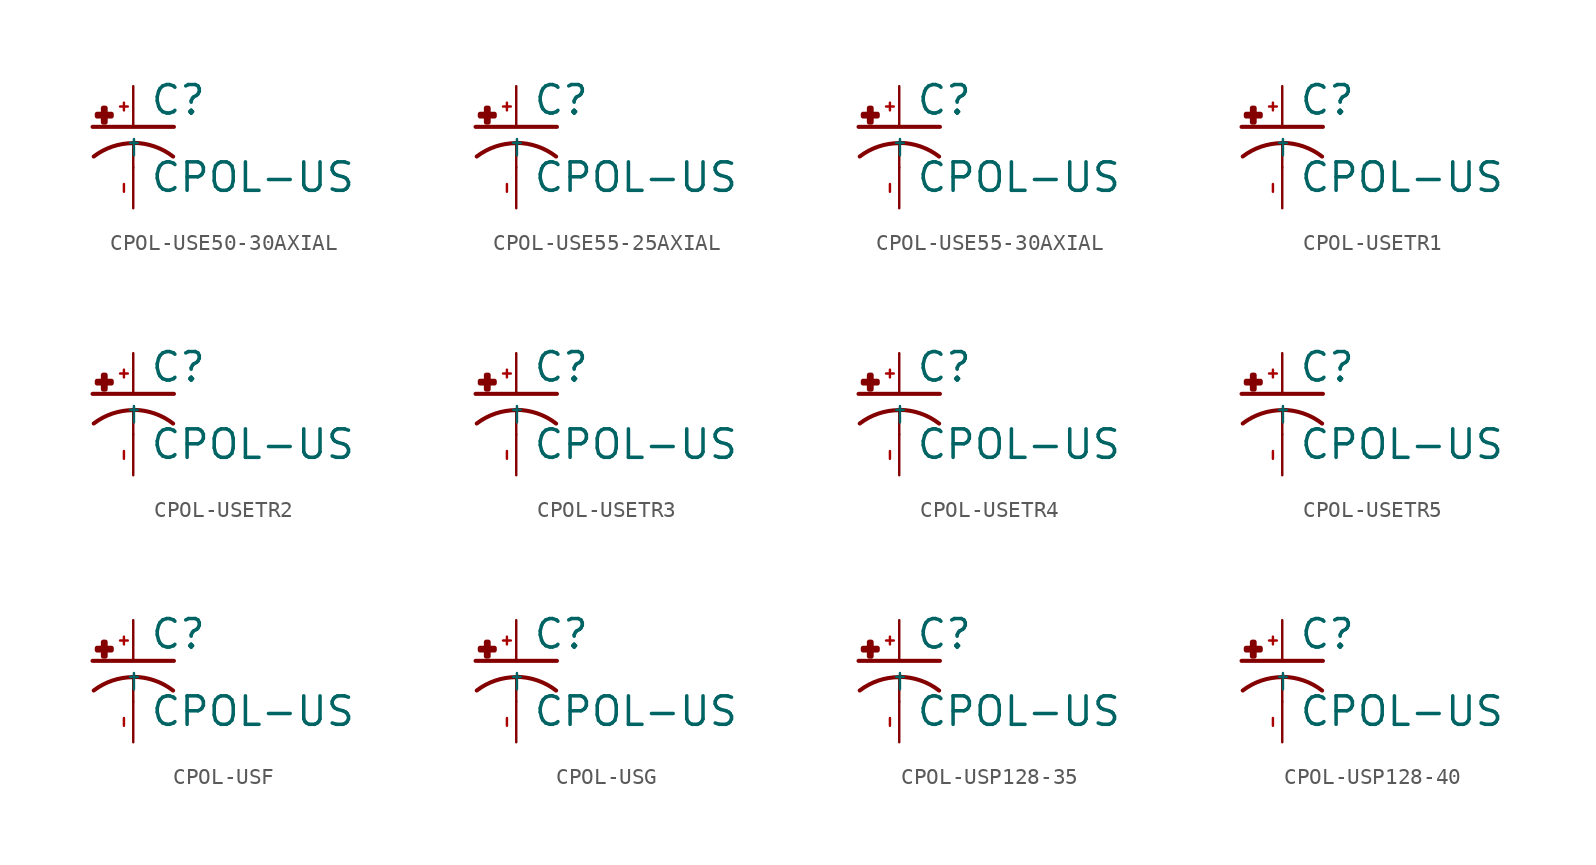
<source format=kicad_sym>
(kicad_symbol_lib
  (version 20220914)
  (generator Eagle2Kicad)
  (symbol "CPOL-USE50-30AXIAL"
    (property "Reference" "C"
      (at 1.016 0.635 0)
      (effects (font (size 1.778 1.778) (thickness 0.22)) (justify left bottom)))
    (property "Value" "CPOL-US"
      (at 1.016 -4.191 0)
      (effects (font (size 1.778 1.778) (thickness 0.22)) (justify left bottom)))
    (polyline
      (pts (xy -2.54 0) (xy 2.54 0))
      (stroke (width 0.254) (type default))
      (fill (type none)))
    (polyline
      (pts (xy 0 -1.016) (xy 0 -2.54))
      (stroke (width 0.152) (type default))
      (fill (type none)))
    (arc
      (start 2.4892 -1.8542)
      (mid 1.316 -1.220)
      (end 0 -1)
      (stroke (width 0.254) (type default))
      (fill (type none)))
    (arc
      (start 0 -1.0161)
      (mid -1.302 -1.230)
      (end -2.4669 -1.8504)
      (stroke (width 0.254) (type default))
      (fill (type none)))
    (rectangle
      (start -2.253 0.668)
      (end -1.364 0.795)
      (stroke (width 0.3) (type default))
      (fill (type outline)))
    (rectangle
      (start -1.872 0.287)
      (end -1.745 1.176)
      (stroke (width 0.3) (type default))
      (fill (type outline)))
    (pin passive line
      (at 0 2.54 270)
      (length 2.54)
      (name "+" (effects (font (size 0.635 0.635) (thickness 0.08)) (justify left bottom)))
      (number "+" (effects (font (size 0.635 0.635) (thickness 0.08)) (justify left bottom))))
    (pin passive line
      (at 0 -5.08 90)
      (length 2.54)
      (name "-" (effects (font (size 0.635 0.635) (thickness 0.08)) (justify left bottom)))
      (number "-" (effects (font (size 0.635 0.635) (thickness 0.08)) (justify left bottom)))))
  (symbol "CPOL-USE55-25AXIAL"
    (property "Reference" "C"
      (at 1.016 0.635 0)
      (effects (font (size 1.778 1.778) (thickness 0.22)) (justify left bottom)))
    (property "Value" "CPOL-US"
      (at 1.016 -4.191 0)
      (effects (font (size 1.778 1.778) (thickness 0.22)) (justify left bottom)))
    (polyline
      (pts (xy -2.54 0) (xy 2.54 0))
      (stroke (width 0.254) (type default))
      (fill (type none)))
    (polyline
      (pts (xy 0 -1.016) (xy 0 -2.54))
      (stroke (width 0.152) (type default))
      (fill (type none)))
    (arc
      (start 2.4892 -1.8542)
      (mid 1.316 -1.220)
      (end 0 -1)
      (stroke (width 0.254) (type default))
      (fill (type none)))
    (arc
      (start 0 -1.0161)
      (mid -1.302 -1.230)
      (end -2.4669 -1.8504)
      (stroke (width 0.254) (type default))
      (fill (type none)))
    (rectangle
      (start -2.253 0.668)
      (end -1.364 0.795)
      (stroke (width 0.3) (type default))
      (fill (type outline)))
    (rectangle
      (start -1.872 0.287)
      (end -1.745 1.176)
      (stroke (width 0.3) (type default))
      (fill (type outline)))
    (pin passive line
      (at 0 2.54 270)
      (length 2.54)
      (name "+" (effects (font (size 0.635 0.635) (thickness 0.08)) (justify left bottom)))
      (number "+" (effects (font (size 0.635 0.635) (thickness 0.08)) (justify left bottom))))
    (pin passive line
      (at 0 -5.08 90)
      (length 2.54)
      (name "-" (effects (font (size 0.635 0.635) (thickness 0.08)) (justify left bottom)))
      (number "-" (effects (font (size 0.635 0.635) (thickness 0.08)) (justify left bottom)))))
  (symbol "CPOL-USE55-30AXIAL"
    (property "Reference" "C"
      (at 1.016 0.635 0)
      (effects (font (size 1.778 1.778) (thickness 0.22)) (justify left bottom)))
    (property "Value" "CPOL-US"
      (at 1.016 -4.191 0)
      (effects (font (size 1.778 1.778) (thickness 0.22)) (justify left bottom)))
    (polyline
      (pts (xy -2.54 0) (xy 2.54 0))
      (stroke (width 0.254) (type default))
      (fill (type none)))
    (polyline
      (pts (xy 0 -1.016) (xy 0 -2.54))
      (stroke (width 0.152) (type default))
      (fill (type none)))
    (arc
      (start 2.4892 -1.8542)
      (mid 1.316 -1.220)
      (end 0 -1)
      (stroke (width 0.254) (type default))
      (fill (type none)))
    (arc
      (start 0 -1.0161)
      (mid -1.302 -1.230)
      (end -2.4669 -1.8504)
      (stroke (width 0.254) (type default))
      (fill (type none)))
    (rectangle
      (start -2.253 0.668)
      (end -1.364 0.795)
      (stroke (width 0.3) (type default))
      (fill (type outline)))
    (rectangle
      (start -1.872 0.287)
      (end -1.745 1.176)
      (stroke (width 0.3) (type default))
      (fill (type outline)))
    (pin passive line
      (at 0 2.54 270)
      (length 2.54)
      (name "+" (effects (font (size 0.635 0.635) (thickness 0.08)) (justify left bottom)))
      (number "+" (effects (font (size 0.635 0.635) (thickness 0.08)) (justify left bottom))))
    (pin passive line
      (at 0 -5.08 90)
      (length 2.54)
      (name "-" (effects (font (size 0.635 0.635) (thickness 0.08)) (justify left bottom)))
      (number "-" (effects (font (size 0.635 0.635) (thickness 0.08)) (justify left bottom)))))
  (symbol "CPOL-USETR1"
    (property "Reference" "C"
      (at 1.016 0.635 0)
      (effects (font (size 1.778 1.778) (thickness 0.22)) (justify left bottom)))
    (property "Value" "CPOL-US"
      (at 1.016 -4.191 0)
      (effects (font (size 1.778 1.778) (thickness 0.22)) (justify left bottom)))
    (polyline
      (pts (xy -2.54 0) (xy 2.54 0))
      (stroke (width 0.254) (type default))
      (fill (type none)))
    (polyline
      (pts (xy 0 -1.016) (xy 0 -2.54))
      (stroke (width 0.152) (type default))
      (fill (type none)))
    (arc
      (start 2.4892 -1.8542)
      (mid 1.316 -1.220)
      (end 0 -1)
      (stroke (width 0.254) (type default))
      (fill (type none)))
    (arc
      (start 0 -1.0161)
      (mid -1.302 -1.230)
      (end -2.4669 -1.8504)
      (stroke (width 0.254) (type default))
      (fill (type none)))
    (rectangle
      (start -2.253 0.668)
      (end -1.364 0.795)
      (stroke (width 0.3) (type default))
      (fill (type outline)))
    (rectangle
      (start -1.872 0.287)
      (end -1.745 1.176)
      (stroke (width 0.3) (type default))
      (fill (type outline)))
    (pin passive line
      (at 0 2.54 270)
      (length 2.54)
      (name "+" (effects (font (size 0.635 0.635) (thickness 0.08)) (justify left bottom)))
      (number "+" (effects (font (size 0.635 0.635) (thickness 0.08)) (justify left bottom))))
    (pin passive line
      (at 0 -5.08 90)
      (length 2.54)
      (name "-" (effects (font (size 0.635 0.635) (thickness 0.08)) (justify left bottom)))
      (number "-" (effects (font (size 0.635 0.635) (thickness 0.08)) (justify left bottom)))))
  (symbol "CPOL-USETR2"
    (property "Reference" "C"
      (at 1.016 0.635 0)
      (effects (font (size 1.778 1.778) (thickness 0.22)) (justify left bottom)))
    (property "Value" "CPOL-US"
      (at 1.016 -4.191 0)
      (effects (font (size 1.778 1.778) (thickness 0.22)) (justify left bottom)))
    (polyline
      (pts (xy -2.54 0) (xy 2.54 0))
      (stroke (width 0.254) (type default))
      (fill (type none)))
    (polyline
      (pts (xy 0 -1.016) (xy 0 -2.54))
      (stroke (width 0.152) (type default))
      (fill (type none)))
    (arc
      (start 2.4892 -1.8542)
      (mid 1.316 -1.220)
      (end 0 -1)
      (stroke (width 0.254) (type default))
      (fill (type none)))
    (arc
      (start 0 -1.0161)
      (mid -1.302 -1.230)
      (end -2.4669 -1.8504)
      (stroke (width 0.254) (type default))
      (fill (type none)))
    (rectangle
      (start -2.253 0.668)
      (end -1.364 0.795)
      (stroke (width 0.3) (type default))
      (fill (type outline)))
    (rectangle
      (start -1.872 0.287)
      (end -1.745 1.176)
      (stroke (width 0.3) (type default))
      (fill (type outline)))
    (pin passive line
      (at 0 2.54 270)
      (length 2.54)
      (name "+" (effects (font (size 0.635 0.635) (thickness 0.08)) (justify left bottom)))
      (number "+" (effects (font (size 0.635 0.635) (thickness 0.08)) (justify left bottom))))
    (pin passive line
      (at 0 -5.08 90)
      (length 2.54)
      (name "-" (effects (font (size 0.635 0.635) (thickness 0.08)) (justify left bottom)))
      (number "-" (effects (font (size 0.635 0.635) (thickness 0.08)) (justify left bottom)))))
  (symbol "CPOL-USETR3"
    (property "Reference" "C"
      (at 1.016 0.635 0)
      (effects (font (size 1.778 1.778) (thickness 0.22)) (justify left bottom)))
    (property "Value" "CPOL-US"
      (at 1.016 -4.191 0)
      (effects (font (size 1.778 1.778) (thickness 0.22)) (justify left bottom)))
    (polyline
      (pts (xy -2.54 0) (xy 2.54 0))
      (stroke (width 0.254) (type default))
      (fill (type none)))
    (polyline
      (pts (xy 0 -1.016) (xy 0 -2.54))
      (stroke (width 0.152) (type default))
      (fill (type none)))
    (arc
      (start 2.4892 -1.8542)
      (mid 1.316 -1.220)
      (end 0 -1)
      (stroke (width 0.254) (type default))
      (fill (type none)))
    (arc
      (start 0 -1.0161)
      (mid -1.302 -1.230)
      (end -2.4669 -1.8504)
      (stroke (width 0.254) (type default))
      (fill (type none)))
    (rectangle
      (start -2.253 0.668)
      (end -1.364 0.795)
      (stroke (width 0.3) (type default))
      (fill (type outline)))
    (rectangle
      (start -1.872 0.287)
      (end -1.745 1.176)
      (stroke (width 0.3) (type default))
      (fill (type outline)))
    (pin passive line
      (at 0 2.54 270)
      (length 2.54)
      (name "+" (effects (font (size 0.635 0.635) (thickness 0.08)) (justify left bottom)))
      (number "+" (effects (font (size 0.635 0.635) (thickness 0.08)) (justify left bottom))))
    (pin passive line
      (at 0 -5.08 90)
      (length 2.54)
      (name "-" (effects (font (size 0.635 0.635) (thickness 0.08)) (justify left bottom)))
      (number "-" (effects (font (size 0.635 0.635) (thickness 0.08)) (justify left bottom)))))
  (symbol "CPOL-USETR4"
    (property "Reference" "C"
      (at 1.016 0.635 0)
      (effects (font (size 1.778 1.778) (thickness 0.22)) (justify left bottom)))
    (property "Value" "CPOL-US"
      (at 1.016 -4.191 0)
      (effects (font (size 1.778 1.778) (thickness 0.22)) (justify left bottom)))
    (polyline
      (pts (xy -2.54 0) (xy 2.54 0))
      (stroke (width 0.254) (type default))
      (fill (type none)))
    (polyline
      (pts (xy 0 -1.016) (xy 0 -2.54))
      (stroke (width 0.152) (type default))
      (fill (type none)))
    (arc
      (start 2.4892 -1.8542)
      (mid 1.316 -1.220)
      (end 0 -1)
      (stroke (width 0.254) (type default))
      (fill (type none)))
    (arc
      (start 0 -1.0161)
      (mid -1.302 -1.230)
      (end -2.4669 -1.8504)
      (stroke (width 0.254) (type default))
      (fill (type none)))
    (rectangle
      (start -2.253 0.668)
      (end -1.364 0.795)
      (stroke (width 0.3) (type default))
      (fill (type outline)))
    (rectangle
      (start -1.872 0.287)
      (end -1.745 1.176)
      (stroke (width 0.3) (type default))
      (fill (type outline)))
    (pin passive line
      (at 0 2.54 270)
      (length 2.54)
      (name "+" (effects (font (size 0.635 0.635) (thickness 0.08)) (justify left bottom)))
      (number "+" (effects (font (size 0.635 0.635) (thickness 0.08)) (justify left bottom))))
    (pin passive line
      (at 0 -5.08 90)
      (length 2.54)
      (name "-" (effects (font (size 0.635 0.635) (thickness 0.08)) (justify left bottom)))
      (number "-" (effects (font (size 0.635 0.635) (thickness 0.08)) (justify left bottom)))))
  (symbol "CPOL-USETR5"
    (property "Reference" "C"
      (at 1.016 0.635 0)
      (effects (font (size 1.778 1.778) (thickness 0.22)) (justify left bottom)))
    (property "Value" "CPOL-US"
      (at 1.016 -4.191 0)
      (effects (font (size 1.778 1.778) (thickness 0.22)) (justify left bottom)))
    (polyline
      (pts (xy -2.54 0) (xy 2.54 0))
      (stroke (width 0.254) (type default))
      (fill (type none)))
    (polyline
      (pts (xy 0 -1.016) (xy 0 -2.54))
      (stroke (width 0.152) (type default))
      (fill (type none)))
    (arc
      (start 2.4892 -1.8542)
      (mid 1.316 -1.220)
      (end 0 -1)
      (stroke (width 0.254) (type default))
      (fill (type none)))
    (arc
      (start 0 -1.0161)
      (mid -1.302 -1.230)
      (end -2.4669 -1.8504)
      (stroke (width 0.254) (type default))
      (fill (type none)))
    (rectangle
      (start -2.253 0.668)
      (end -1.364 0.795)
      (stroke (width 0.3) (type default))
      (fill (type outline)))
    (rectangle
      (start -1.872 0.287)
      (end -1.745 1.176)
      (stroke (width 0.3) (type default))
      (fill (type outline)))
    (pin passive line
      (at 0 2.54 270)
      (length 2.54)
      (name "+" (effects (font (size 0.635 0.635) (thickness 0.08)) (justify left bottom)))
      (number "+" (effects (font (size 0.635 0.635) (thickness 0.08)) (justify left bottom))))
    (pin passive line
      (at 0 -5.08 90)
      (length 2.54)
      (name "-" (effects (font (size 0.635 0.635) (thickness 0.08)) (justify left bottom)))
      (number "-" (effects (font (size 0.635 0.635) (thickness 0.08)) (justify left bottom)))))
  (symbol "CPOL-USF"
    (property "Reference" "C"
      (at 1.016 0.635 0)
      (effects (font (size 1.778 1.778) (thickness 0.22)) (justify left bottom)))
    (property "Value" "CPOL-US"
      (at 1.016 -4.191 0)
      (effects (font (size 1.778 1.778) (thickness 0.22)) (justify left bottom)))
    (polyline
      (pts (xy -2.54 0) (xy 2.54 0))
      (stroke (width 0.254) (type default))
      (fill (type none)))
    (polyline
      (pts (xy 0 -1.016) (xy 0 -2.54))
      (stroke (width 0.152) (type default))
      (fill (type none)))
    (arc
      (start 2.4892 -1.8542)
      (mid 1.316 -1.220)
      (end 0 -1)
      (stroke (width 0.254) (type default))
      (fill (type none)))
    (arc
      (start 0 -1.0161)
      (mid -1.302 -1.230)
      (end -2.4669 -1.8504)
      (stroke (width 0.254) (type default))
      (fill (type none)))
    (rectangle
      (start -2.253 0.668)
      (end -1.364 0.795)
      (stroke (width 0.3) (type default))
      (fill (type outline)))
    (rectangle
      (start -1.872 0.287)
      (end -1.745 1.176)
      (stroke (width 0.3) (type default))
      (fill (type outline)))
    (pin passive line
      (at 0 2.54 270)
      (length 2.54)
      (name "+" (effects (font (size 0.635 0.635) (thickness 0.08)) (justify left bottom)))
      (number "+" (effects (font (size 0.635 0.635) (thickness 0.08)) (justify left bottom))))
    (pin passive line
      (at 0 -5.08 90)
      (length 2.54)
      (name "-" (effects (font (size 0.635 0.635) (thickness 0.08)) (justify left bottom)))
      (number "-" (effects (font (size 0.635 0.635) (thickness 0.08)) (justify left bottom)))))
  (symbol "CPOL-USG"
    (property "Reference" "C"
      (at 1.016 0.635 0)
      (effects (font (size 1.778 1.778) (thickness 0.22)) (justify left bottom)))
    (property "Value" "CPOL-US"
      (at 1.016 -4.191 0)
      (effects (font (size 1.778 1.778) (thickness 0.22)) (justify left bottom)))
    (polyline
      (pts (xy -2.54 0) (xy 2.54 0))
      (stroke (width 0.254) (type default))
      (fill (type none)))
    (polyline
      (pts (xy 0 -1.016) (xy 0 -2.54))
      (stroke (width 0.152) (type default))
      (fill (type none)))
    (arc
      (start 2.4892 -1.8542)
      (mid 1.316 -1.220)
      (end 0 -1)
      (stroke (width 0.254) (type default))
      (fill (type none)))
    (arc
      (start 0 -1.0161)
      (mid -1.302 -1.230)
      (end -2.4669 -1.8504)
      (stroke (width 0.254) (type default))
      (fill (type none)))
    (rectangle
      (start -2.253 0.668)
      (end -1.364 0.795)
      (stroke (width 0.3) (type default))
      (fill (type outline)))
    (rectangle
      (start -1.872 0.287)
      (end -1.745 1.176)
      (stroke (width 0.3) (type default))
      (fill (type outline)))
    (pin passive line
      (at 0 2.54 270)
      (length 2.54)
      (name "+" (effects (font (size 0.635 0.635) (thickness 0.08)) (justify left bottom)))
      (number "+" (effects (font (size 0.635 0.635) (thickness 0.08)) (justify left bottom))))
    (pin passive line
      (at 0 -5.08 90)
      (length 2.54)
      (name "-" (effects (font (size 0.635 0.635) (thickness 0.08)) (justify left bottom)))
      (number "-" (effects (font (size 0.635 0.635) (thickness 0.08)) (justify left bottom)))))
  (symbol "CPOL-USP128-35"
    (property "Reference" "C"
      (at 1.016 0.635 0)
      (effects (font (size 1.778 1.778) (thickness 0.22)) (justify left bottom)))
    (property "Value" "CPOL-US"
      (at 1.016 -4.191 0)
      (effects (font (size 1.778 1.778) (thickness 0.22)) (justify left bottom)))
    (polyline
      (pts (xy -2.54 0) (xy 2.54 0))
      (stroke (width 0.254) (type default))
      (fill (type none)))
    (polyline
      (pts (xy 0 -1.016) (xy 0 -2.54))
      (stroke (width 0.152) (type default))
      (fill (type none)))
    (arc
      (start 2.4892 -1.8542)
      (mid 1.316 -1.220)
      (end 0 -1)
      (stroke (width 0.254) (type default))
      (fill (type none)))
    (arc
      (start 0 -1.0161)
      (mid -1.302 -1.230)
      (end -2.4669 -1.8504)
      (stroke (width 0.254) (type default))
      (fill (type none)))
    (rectangle
      (start -2.253 0.668)
      (end -1.364 0.795)
      (stroke (width 0.3) (type default))
      (fill (type outline)))
    (rectangle
      (start -1.872 0.287)
      (end -1.745 1.176)
      (stroke (width 0.3) (type default))
      (fill (type outline)))
    (pin passive line
      (at 0 2.54 270)
      (length 2.54)
      (name "+" (effects (font (size 0.635 0.635) (thickness 0.08)) (justify left bottom)))
      (number "+" (effects (font (size 0.635 0.635) (thickness 0.08)) (justify left bottom))))
    (pin passive line
      (at 0 -5.08 90)
      (length 2.54)
      (name "-" (effects (font (size 0.635 0.635) (thickness 0.08)) (justify left bottom)))
      (number "-" (effects (font (size 0.635 0.635) (thickness 0.08)) (justify left bottom)))))
  (symbol "CPOL-USP128-40"
    (property "Reference" "C"
      (at 1.016 0.635 0)
      (effects (font (size 1.778 1.778) (thickness 0.22)) (justify left bottom)))
    (property "Value" "CPOL-US"
      (at 1.016 -4.191 0)
      (effects (font (size 1.778 1.778) (thickness 0.22)) (justify left bottom)))
    (polyline
      (pts (xy -2.54 0) (xy 2.54 0))
      (stroke (width 0.254) (type default))
      (fill (type none)))
    (polyline
      (pts (xy 0 -1.016) (xy 0 -2.54))
      (stroke (width 0.152) (type default))
      (fill (type none)))
    (arc
      (start 2.4892 -1.8542)
      (mid 1.316 -1.220)
      (end 0 -1)
      (stroke (width 0.254) (type default))
      (fill (type none)))
    (arc
      (start 0 -1.0161)
      (mid -1.302 -1.230)
      (end -2.4669 -1.8504)
      (stroke (width 0.254) (type default))
      (fill (type none)))
    (rectangle
      (start -2.253 0.668)
      (end -1.364 0.795)
      (stroke (width 0.3) (type default))
      (fill (type outline)))
    (rectangle
      (start -1.872 0.287)
      (end -1.745 1.176)
      (stroke (width 0.3) (type default))
      (fill (type outline)))
    (pin passive line
      (at 0 2.54 270)
      (length 2.54)
      (name "+" (effects (font (size 0.635 0.635) (thickness 0.08)) (justify left bottom)))
      (number "+" (effects (font (size 0.635 0.635) (thickness 0.08)) (justify left bottom))))
    (pin passive line
      (at 0 -5.08 90)
      (length 2.54)
      (name "-" (effects (font (size 0.635 0.635) (thickness 0.08)) (justify left bottom)))
      (number "-" (effects (font (size 0.635 0.635) (thickness 0.08)) (justify left bottom))))))
</source>
